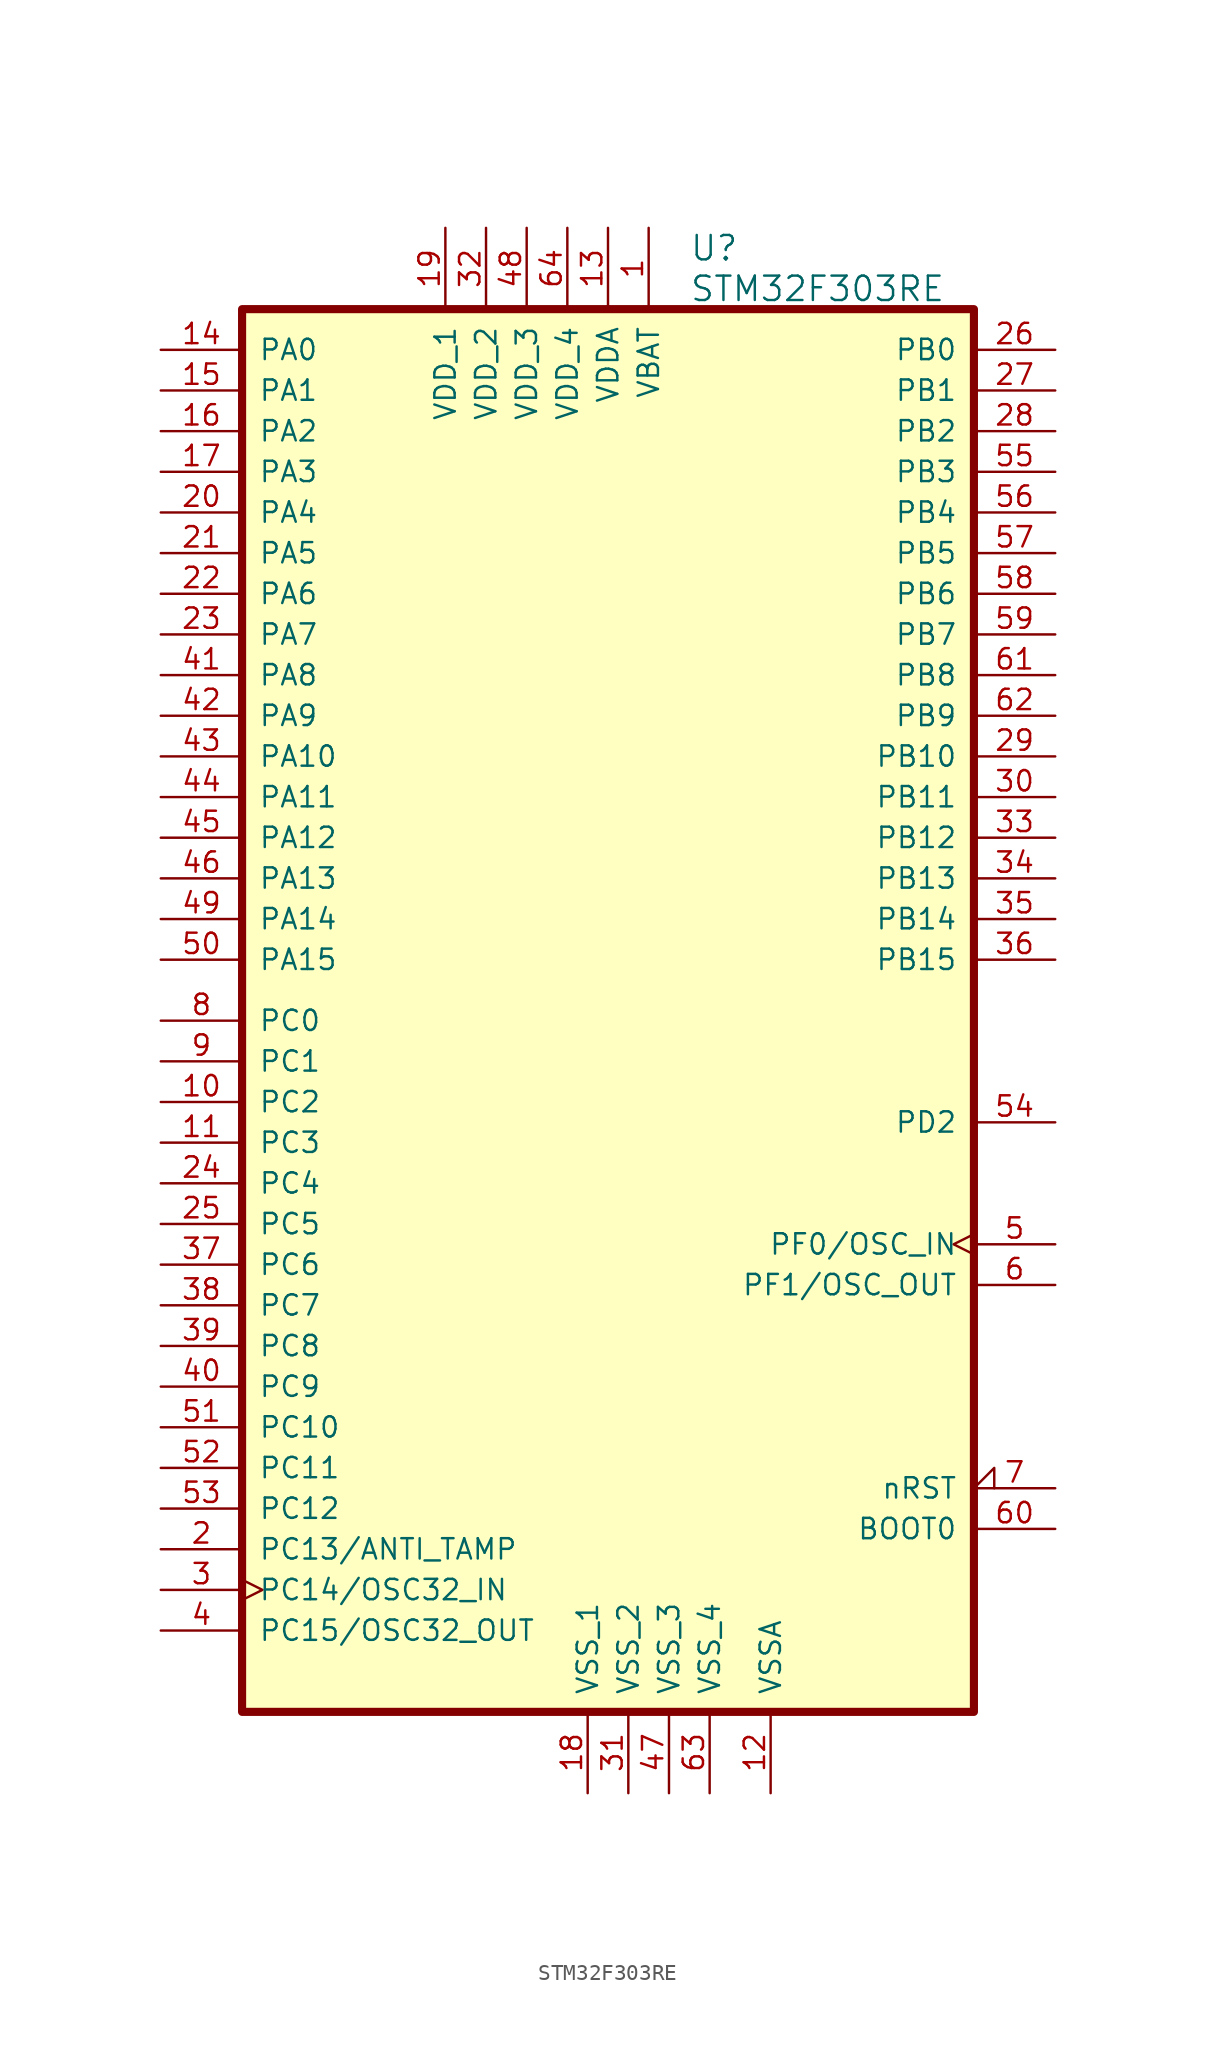
<source format=kicad_sym>
(kicad_symbol_lib
  (version 20220126)
  (generator kicad_symbol_editor)
  (symbol "STM32F303RE"
    (pin_names
      (offset 1.016))
    (property "Reference" "U"
      (at 5.08 44.45 0)
      (effects (font (size 1.524 1.524)) (justify left)))
    (property "Value" "STM32F303RE"
      (at 5.08 41.91 0)
      (effects (font (size 1.524 1.524)) (justify left)))
    (symbol "STM32F303RE_0_0"
      (rectangle (start -22.86 40.64) (end 22.86 -46.99) (stroke (width 0.508) (type default)) (fill (type background))))
    (symbol "STM32F303RE_1_1"
      (pin power_in line (at 2.54 45.72 270) (length 5.08) (name "VBAT" (effects (font (size 1.27 1.27)))) (number "1" (effects (font (size 1.27 1.27)))))
      (pin bidirectional line (at -27.94 -8.89 0) (length 5.08) (name "PC2" (effects (font (size 1.27 1.27)))) (number "10" (effects (font (size 1.27 1.27)))))
      (pin bidirectional line (at -27.94 -11.43 0) (length 5.08) (name "PC3" (effects (font (size 1.27 1.27)))) (number "11" (effects (font (size 1.27 1.27)))))
      (pin power_in line (at 10.16 -52.07 90) (length 5.08) (name "VSSA" (effects (font (size 1.27 1.27)))) (number "12" (effects (font (size 1.27 1.27)))))
      (pin power_in line (at 0 45.72 270) (length 5.08) (name "VDDA" (effects (font (size 1.27 1.27)))) (number "13" (effects (font (size 1.27 1.27)))))
      (pin bidirectional line (at -27.94 38.1 0) (length 5.08) (name "PA0" (effects (font (size 1.27 1.27)))) (number "14" (effects (font (size 1.27 1.27)))))
      (pin bidirectional line (at -27.94 35.56 0) (length 5.08) (name "PA1" (effects (font (size 1.27 1.27)))) (number "15" (effects (font (size 1.27 1.27)))))
      (pin bidirectional line (at -27.94 33.02 0) (length 5.08) (name "PA2" (effects (font (size 1.27 1.27)))) (number "16" (effects (font (size 1.27 1.27)))))
      (pin bidirectional line (at -27.94 30.48 0) (length 5.08) (name "PA3" (effects (font (size 1.27 1.27)))) (number "17" (effects (font (size 1.27 1.27)))))
      (pin power_in line (at -1.27 -52.07 90) (length 5.08) (name "VSS_1" (effects (font (size 1.27 1.27)))) (number "18" (effects (font (size 1.27 1.27)))))
      (pin power_in line (at -10.16 45.72 270) (length 5.08) (name "VDD_1" (effects (font (size 1.27 1.27)))) (number "19" (effects (font (size 1.27 1.27)))))
      (pin bidirectional line (at -27.94 -36.83 0) (length 5.08) (name "PC13/ANTI_TAMP" (effects (font (size 1.27 1.27)))) (number "2" (effects (font (size 1.27 1.27)))))
      (pin bidirectional line (at -27.94 27.94 0) (length 5.08) (name "PA4" (effects (font (size 1.27 1.27)))) (number "20" (effects (font (size 1.27 1.27)))))
      (pin bidirectional line (at -27.94 25.4 0) (length 5.08) (name "PA5" (effects (font (size 1.27 1.27)))) (number "21" (effects (font (size 1.27 1.27)))))
      (pin bidirectional line (at -27.94 22.86 0) (length 5.08) (name "PA6" (effects (font (size 1.27 1.27)))) (number "22" (effects (font (size 1.27 1.27)))))
      (pin bidirectional line (at -27.94 20.32 0) (length 5.08) (name "PA7" (effects (font (size 1.27 1.27)))) (number "23" (effects (font (size 1.27 1.27)))))
      (pin bidirectional line (at -27.94 -13.97 0) (length 5.08) (name "PC4" (effects (font (size 1.27 1.27)))) (number "24" (effects (font (size 1.27 1.27)))))
      (pin bidirectional line (at -27.94 -16.51 0) (length 5.08) (name "PC5" (effects (font (size 1.27 1.27)))) (number "25" (effects (font (size 1.27 1.27)))))
      (pin bidirectional line (at 27.94 38.1 180) (length 5.08) (name "PB0" (effects (font (size 1.27 1.27)))) (number "26" (effects (font (size 1.27 1.27)))))
      (pin bidirectional line (at 27.94 35.56 180) (length 5.08) (name "PB1" (effects (font (size 1.27 1.27)))) (number "27" (effects (font (size 1.27 1.27)))))
      (pin bidirectional line (at 27.94 33.02 180) (length 5.08) (name "PB2" (effects (font (size 1.27 1.27)))) (number "28" (effects (font (size 1.27 1.27)))))
      (pin bidirectional line (at 27.94 12.7 180) (length 5.08) (name "PB10" (effects (font (size 1.27 1.27)))) (number "29" (effects (font (size 1.27 1.27)))))
      (pin bidirectional clock (at -27.94 -39.37 0) (length 5.08) (name "PC14/OSC32_IN" (effects (font (size 1.27 1.27)))) (number "3" (effects (font (size 1.27 1.27)))))
      (pin bidirectional line (at 27.94 10.16 180) (length 5.08) (name "PB11" (effects (font (size 1.27 1.27)))) (number "30" (effects (font (size 1.27 1.27)))))
      (pin power_in line (at 1.27 -52.07 90) (length 5.08) (name "VSS_2" (effects (font (size 1.27 1.27)))) (number "31" (effects (font (size 1.27 1.27)))))
      (pin power_in line (at -7.62 45.72 270) (length 5.08) (name "VDD_2" (effects (font (size 1.27 1.27)))) (number "32" (effects (font (size 1.27 1.27)))))
      (pin bidirectional line (at 27.94 7.62 180) (length 5.08) (name "PB12" (effects (font (size 1.27 1.27)))) (number "33" (effects (font (size 1.27 1.27)))))
      (pin bidirectional line (at 27.94 5.08 180) (length 5.08) (name "PB13" (effects (font (size 1.27 1.27)))) (number "34" (effects (font (size 1.27 1.27)))))
      (pin bidirectional line (at 27.94 2.54 180) (length 5.08) (name "PB14" (effects (font (size 1.27 1.27)))) (number "35" (effects (font (size 1.27 1.27)))))
      (pin bidirectional line (at 27.94 0 180) (length 5.08) (name "PB15" (effects (font (size 1.27 1.27)))) (number "36" (effects (font (size 1.27 1.27)))))
      (pin bidirectional line (at -27.94 -19.05 0) (length 5.08) (name "PC6" (effects (font (size 1.27 1.27)))) (number "37" (effects (font (size 1.27 1.27)))))
      (pin bidirectional line (at -27.94 -21.59 0) (length 5.08) (name "PC7" (effects (font (size 1.27 1.27)))) (number "38" (effects (font (size 1.27 1.27)))))
      (pin bidirectional line (at -27.94 -24.13 0) (length 5.08) (name "PC8" (effects (font (size 1.27 1.27)))) (number "39" (effects (font (size 1.27 1.27)))))
      (pin bidirectional line (at -27.94 -41.91 0) (length 5.08) (name "PC15/OSC32_OUT" (effects (font (size 1.27 1.27)))) (number "4" (effects (font (size 1.27 1.27)))))
      (pin bidirectional line (at -27.94 -26.67 0) (length 5.08) (name "PC9" (effects (font (size 1.27 1.27)))) (number "40" (effects (font (size 1.27 1.27)))))
      (pin bidirectional line (at -27.94 17.78 0) (length 5.08) (name "PA8" (effects (font (size 1.27 1.27)))) (number "41" (effects (font (size 1.27 1.27)))))
      (pin bidirectional line (at -27.94 15.24 0) (length 5.08) (name "PA9" (effects (font (size 1.27 1.27)))) (number "42" (effects (font (size 1.27 1.27)))))
      (pin bidirectional line (at -27.94 12.7 0) (length 5.08) (name "PA10" (effects (font (size 1.27 1.27)))) (number "43" (effects (font (size 1.27 1.27)))))
      (pin bidirectional line (at -27.94 10.16 0) (length 5.08) (name "PA11" (effects (font (size 1.27 1.27)))) (number "44" (effects (font (size 1.27 1.27)))))
      (pin bidirectional line (at -27.94 7.62 0) (length 5.08) (name "PA12" (effects (font (size 1.27 1.27)))) (number "45" (effects (font (size 1.27 1.27)))))
      (pin bidirectional line (at -27.94 5.08 0) (length 5.08) (name "PA13" (effects (font (size 1.27 1.27)))) (number "46" (effects (font (size 1.27 1.27)))))
      (pin power_in line (at 3.81 -52.07 90) (length 5.08) (name "VSS_3" (effects (font (size 1.27 1.27)))) (number "47" (effects (font (size 1.27 1.27)))))
      (pin power_in line (at -5.08 45.72 270) (length 5.08) (name "VDD_3" (effects (font (size 1.27 1.27)))) (number "48" (effects (font (size 1.27 1.27)))))
      (pin bidirectional line (at -27.94 2.54 0) (length 5.08) (name "PA14" (effects (font (size 1.27 1.27)))) (number "49" (effects (font (size 1.27 1.27)))))
      (pin input clock (at 27.94 -17.78 180) (length 5.08) (name "PF0/OSC_IN" (effects (font (size 1.27 1.27)))) (number "5" (effects (font (size 1.27 1.27)))))
      (pin bidirectional line (at -27.94 0 0) (length 5.08) (name "PA15" (effects (font (size 1.27 1.27)))) (number "50" (effects (font (size 1.27 1.27)))))
      (pin bidirectional line (at -27.94 -29.21 0) (length 5.08) (name "PC10" (effects (font (size 1.27 1.27)))) (number "51" (effects (font (size 1.27 1.27)))))
      (pin bidirectional line (at -27.94 -31.75 0) (length 5.08) (name "PC11" (effects (font (size 1.27 1.27)))) (number "52" (effects (font (size 1.27 1.27)))))
      (pin input line (at -27.94 -34.29 0) (length 5.08) (name "PC12" (effects (font (size 1.27 1.27)))) (number "53" (effects (font (size 1.27 1.27)))))
      (pin input line (at 27.94 -10.16 180) (length 5.08) (name "PD2" (effects (font (size 1.27 1.27)))) (number "54" (effects (font (size 1.27 1.27)))))
      (pin bidirectional line (at 27.94 30.48 180) (length 5.08) (name "PB3" (effects (font (size 1.27 1.27)))) (number "55" (effects (font (size 1.27 1.27)))))
      (pin bidirectional line (at 27.94 27.94 180) (length 5.08) (name "PB4" (effects (font (size 1.27 1.27)))) (number "56" (effects (font (size 1.27 1.27)))))
      (pin bidirectional line (at 27.94 25.4 180) (length 5.08) (name "PB5" (effects (font (size 1.27 1.27)))) (number "57" (effects (font (size 1.27 1.27)))))
      (pin bidirectional line (at 27.94 22.86 180) (length 5.08) (name "PB6" (effects (font (size 1.27 1.27)))) (number "58" (effects (font (size 1.27 1.27)))))
      (pin bidirectional line (at 27.94 20.32 180) (length 5.08) (name "PB7" (effects (font (size 1.27 1.27)))) (number "59" (effects (font (size 1.27 1.27)))))
      (pin output line (at 27.94 -20.32 180) (length 5.08) (name "PF1/OSC_OUT" (effects (font (size 1.27 1.27)))) (number "6" (effects (font (size 1.27 1.27)))))
      (pin input line (at 27.94 -35.56 180) (length 5.08) (name "BOOT0" (effects (font (size 1.27 1.27)))) (number "60" (effects (font (size 1.27 1.27)))))
      (pin bidirectional line (at 27.94 17.78 180) (length 5.08) (name "PB8" (effects (font (size 1.27 1.27)))) (number "61" (effects (font (size 1.27 1.27)))))
      (pin bidirectional line (at 27.94 15.24 180) (length 5.08) (name "PB9" (effects (font (size 1.27 1.27)))) (number "62" (effects (font (size 1.27 1.27)))))
      (pin power_in line (at 6.35 -52.07 90) (length 5.08) (name "VSS_4" (effects (font (size 1.27 1.27)))) (number "63" (effects (font (size 1.27 1.27)))))
      (pin power_in line (at -2.54 45.72 270) (length 5.08) (name "VDD_4" (effects (font (size 1.27 1.27)))) (number "64" (effects (font (size 1.27 1.27)))))
      (pin input input_low (at 27.94 -33.02 180) (length 5.08) (name "nRST" (effects (font (size 1.27 1.27)))) (number "7" (effects (font (size 1.27 1.27)))))
      (pin bidirectional line (at -27.94 -3.81 0) (length 5.08) (name "PC0" (effects (font (size 1.27 1.27)))) (number "8" (effects (font (size 1.27 1.27)))))
      (pin bidirectional line (at -27.94 -6.35 0) (length 5.08) (name "PC1" (effects (font (size 1.27 1.27)))) (number "9" (effects (font (size 1.27 1.27))))))))
</source>
